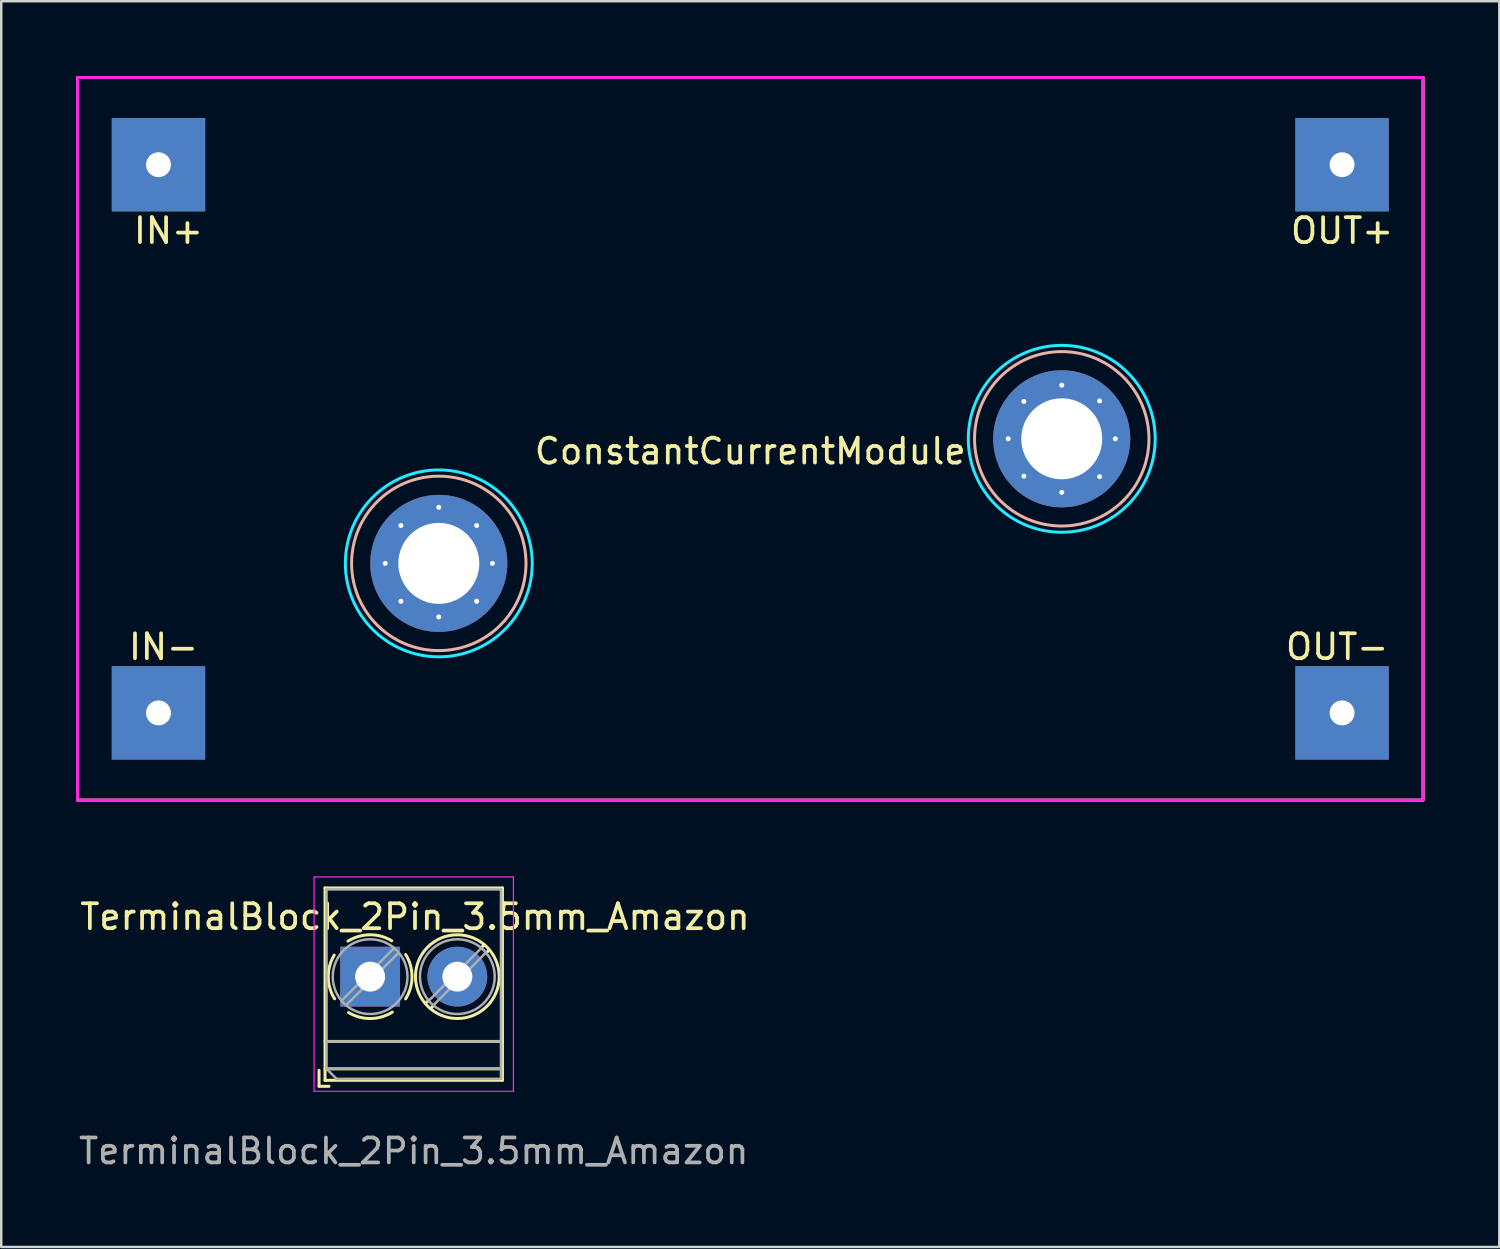
<source format=kicad_pcb>
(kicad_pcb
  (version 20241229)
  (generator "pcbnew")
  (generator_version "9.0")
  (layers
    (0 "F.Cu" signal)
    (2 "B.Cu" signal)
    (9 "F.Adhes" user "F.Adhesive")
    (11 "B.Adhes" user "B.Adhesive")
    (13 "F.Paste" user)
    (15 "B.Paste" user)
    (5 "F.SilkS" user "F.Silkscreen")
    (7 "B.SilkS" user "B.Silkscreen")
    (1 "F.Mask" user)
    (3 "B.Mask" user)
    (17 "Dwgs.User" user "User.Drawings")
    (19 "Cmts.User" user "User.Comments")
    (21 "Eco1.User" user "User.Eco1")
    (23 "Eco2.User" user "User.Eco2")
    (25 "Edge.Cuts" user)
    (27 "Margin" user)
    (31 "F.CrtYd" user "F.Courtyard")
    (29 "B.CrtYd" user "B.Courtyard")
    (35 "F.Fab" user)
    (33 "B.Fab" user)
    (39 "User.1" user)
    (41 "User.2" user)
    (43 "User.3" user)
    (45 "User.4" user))
  (footprint "ConstantCurrentModule"
    (layer "F.Cu")
    (at 27.06 14.56)
    (property "Reference" "ConstantCurrentModule" (at 0 0.5 0) (layer "F.SilkS") (effects (font (size 1 1) (thickness 0.15))))
    (attr through_hole)
    (fp_line (start -27 -14.5) (end 27 -14.5) (stroke (width 0.12) (type solid)) (layer "F.SilkS"))
    (fp_line (start -27 14.5) (end -27 -14.5) (stroke (width 0.12) (type solid)) (layer "F.SilkS"))
    (fp_line (start -27 14.5) (end 27 14.5) (stroke (width 0.12) (type solid)) (layer "F.SilkS"))
    (fp_line (start 27 -14.5) (end 27 14.5) (stroke (width 0.12) (type solid)) (layer "F.SilkS"))
    (fp_circle (center -12.5 5) (end -12.5 1.5) (stroke (width 0.12) (type solid)) (fill no) (layer "B.SilkS"))
    (fp_circle (center 12.5 0) (end 12.5 -3.5) (stroke (width 0.12) (type solid)) (fill no) (layer "B.SilkS"))
    (fp_circle (center -12.5 5) (end -8.75 5) (stroke (width 0.12) (type solid)) (fill no) (layer "B.CrtYd"))
    (fp_circle (center 12.5 0) (end 16.25 0) (stroke (width 0.12) (type solid)) (fill no) (layer "B.CrtYd"))
    (fp_line (start -27 -14.5) (end -27 14.5) (stroke (width 0.12) (type solid)) (layer "F.CrtYd"))
    (fp_line (start -27 14.5) (end 27 14.5) (stroke (width 0.12) (type solid)) (layer "F.CrtYd"))
    (fp_line (start 27 -14.5) (end -27 -14.5) (stroke (width 0.12) (type solid)) (layer "F.CrtYd"))
    (fp_line (start 27 14.5) (end 27 -14.5) (stroke (width 0.12) (type solid)) (layer "F.CrtYd"))
    (fp_text user "OUT-" (at 23.55 8.35 0) (layer "F.SilkS") (effects (font (size 1 1) (thickness 0.15))))
    (fp_text user "IN-" (at -23.55 8.35 0) (layer "F.SilkS") (effects (font (size 1 1) (thickness 0.15))))
    (fp_text user "OUT+" (at 23.75 -8.35 0) (layer "F.SilkS") (effects (font (size 1 1) (thickness 0.15))))
    (fp_text user "IN+" (at -23.35 -8.35 0) (layer "F.SilkS") (effects (font (size 1 1) (thickness 0.15))))
    (pad "" thru_hole circle (at -14.65 5) (size 0.5 0.5) (drill 0.2) (layers "*.Cu"))
    (pad "" thru_hole circle (at -14.02 3.48) (size 0.5 0.5) (drill 0.2) (layers "*.Cu"))
    (pad "" thru_hole circle (at -14.02 6.52) (size 0.5 0.5) (drill 0.2) (layers "*.Cu"))
    (pad "" thru_hole circle (at -12.5 2.75) (size 0.5 0.5) (drill 0.2) (layers "*.Cu"))
    (pad "" thru_hole circle (at -12.5 5) (size 5.5 5.5) (drill 3.25) (layers "*.Cu" "*.Mask"))
    (pad "" thru_hole circle (at -12.5 7.15) (size 0.5 0.5) (drill 0.2) (layers "*.Cu"))
    (pad "" thru_hole circle (at -10.98 3.48) (size 0.5 0.5) (drill 0.2) (layers "*.Cu"))
    (pad "" thru_hole circle (at -10.98 6.52) (size 0.5 0.5) (drill 0.2) (layers "*.Cu"))
    (pad "" thru_hole circle (at -10.35 5) (size 0.5 0.5) (drill 0.2) (layers "*.Cu"))
    (pad "" thru_hole circle (at 10.35 0) (size 0.5 0.5) (drill 0.2) (layers "*.Cu"))
    (pad "" thru_hole circle (at 10.98 -1.5) (size 0.5 0.5) (drill 0.2) (layers "*.Cu"))
    (pad "" thru_hole circle (at 10.98 1.5) (size 0.5 0.5) (drill 0.2) (layers "*.Cu"))
    (pad "" thru_hole circle (at 12.5 -2.15) (size 0.5 0.5) (drill 0.2) (layers "*.Cu"))
    (pad "" thru_hole circle (at 12.5 0) (size 5.5 5.5) (drill 3.25) (layers "*.Cu" "*.Mask"))
    (pad "" thru_hole circle (at 12.5 2.15) (size 0.5 0.5) (drill 0.2) (layers "*.Cu"))
    (pad "" thru_hole circle (at 14.02 -1.52) (size 0.5 0.5) (drill 0.2) (layers "*.Cu"))
    (pad "" thru_hole circle (at 14.02 1.52) (size 0.5 0.5) (drill 0.2) (layers "*.Cu"))
    (pad "" thru_hole circle (at 14.65 0) (size 0.5 0.5) (drill 0.2) (layers "*.Cu"))
    (pad "1" thru_hole rect (at -23.75 -11) (size 3.75 3.75) (drill 1) (layers "*.Cu" "*.Mask"))
    (pad "2" thru_hole rect (at -23.75 11) (size 3.75 3.75) (drill 1) (layers "*.Cu" "*.Mask"))
    (pad "3" thru_hole rect (at 23.75 -11) (size 3.75 3.75) (drill 1) (layers "*.Cu" "*.Mask"))
    (pad "4" thru_hole rect (at 23.75 11) (size 3.75 3.75) (drill 1) (layers "*.Cu" "*.Mask")))
  (footprint "TerminalBlock_2Pin_3.5mm_Amazon"
    (layer "F.Cu")
    (at 11.804 36.145)
    (property "Reference" "TerminalBlock_2Pin_3.5mm_Amazon" (at 1.8 -2.4 0) (layer "F.SilkS") (effects (font (size 1 1) (thickness 0.15))))
    (attr through_hole)
    (fp_line (start -2.05 3.76) (end -2.05 4.4) (stroke (width 0.12) (type solid)) (layer "F.SilkS"))
    (fp_line (start -2.05 4.4) (end -1.65 4.4) (stroke (width 0.12) (type solid)) (layer "F.SilkS"))
    (fp_line (start -1.81 -3.56) (end -1.81 4.16) (stroke (width 0.12) (type solid)) (layer "F.SilkS"))
    (fp_line (start -1.81 -3.56) (end 5.31 -3.56) (stroke (width 0.12) (type solid)) (layer "F.SilkS"))
    (fp_line (start -1.81 2.6) (end 5.31 2.6) (stroke (width 0.12) (type solid)) (layer "F.SilkS"))
    (fp_line (start -1.81 3.7) (end 5.31 3.7) (stroke (width 0.12) (type solid)) (layer "F.SilkS"))
    (fp_line (start -1.81 4.16) (end 5.31 4.16) (stroke (width 0.12) (type solid)) (layer "F.SilkS"))
    (fp_line (start 2.355 0.941) (end 2.226 1.069) (stroke (width 0.12) (type solid)) (layer "F.SilkS"))
    (fp_line (start 2.525 1.181) (end 2.431 1.274) (stroke (width 0.12) (type solid)) (layer "F.SilkS"))
    (fp_line (start 4.57 -1.275) (end 4.476 -1.181) (stroke (width 0.12) (type solid)) (layer "F.SilkS"))
    (fp_line (start 4.775 -1.069) (end 4.646 -0.941) (stroke (width 0.12) (type solid)) (layer "F.SilkS"))
    (fp_line (start 5.31 -3.56) (end 5.31 4.16) (stroke (width 0.12) (type solid)) (layer "F.SilkS"))
    (fp_arc (start -1.425358 0.889894) (mid -1.680286 0.014012) (end -1.44 -0.866) (stroke (width 0.12) (type solid)) (layer "F.SilkS"))
    (fp_arc (start -0.889894 -1.425358) (mid -0.014012 -1.680286) (end 0.866 -1.44) (stroke (width 0.12) (type solid)) (layer "F.SilkS"))
    (fp_arc (start 0.028674 1.680099) (mid -0.435535 1.622918) (end -0.866 1.44) (stroke (width 0.12) (type solid)) (layer "F.SilkS"))
    (fp_arc (start 0.890264 1.424721) (mid 0.463071 1.61492) (end 0 1.68) (stroke (width 0.12) (type solid)) (layer "F.SilkS"))
    (fp_arc (start 1.425504 -0.890193) (mid 1.680626 0.000476) (end 1.425 0.891) (stroke (width 0.12) (type solid)) (layer "F.SilkS"))
    (fp_circle (center 3.5 0) (end 5.18 0) (stroke (width 0.12) (type solid)) (fill no) (layer "F.SilkS"))
    (fp_line (start -2.25 -4) (end -2.25 4.6) (stroke (width 0.05) (type solid)) (layer "F.CrtYd"))
    (fp_line (start -2.25 4.6) (end 5.75 4.6) (stroke (width 0.05) (type solid)) (layer "F.CrtYd"))
    (fp_line (start 5.75 -4) (end -2.25 -4) (stroke (width 0.05) (type solid)) (layer "F.CrtYd"))
    (fp_line (start 5.75 4.6) (end 5.75 -4) (stroke (width 0.05) (type solid)) (layer "F.CrtYd"))
    (fp_line (start -1.75 -3.5) (end 5.25 -3.5) (stroke (width 0.1) (type solid)) (layer "F.Fab"))
    (fp_line (start -1.75 2.6) (end 5.25 2.6) (stroke (width 0.1) (type solid)) (layer "F.Fab"))
    (fp_line (start -1.75 3.7) (end -1.75 -3.5) (stroke (width 0.1) (type solid)) (layer "F.Fab"))
    (fp_line (start -1.75 3.7) (end 5.25 3.7) (stroke (width 0.1) (type solid)) (layer "F.Fab"))
    (fp_line (start -1.35 4.1) (end -1.75 3.7) (stroke (width 0.1) (type solid)) (layer "F.Fab"))
    (fp_line (start 0.955 -1.138) (end -1.138 0.955) (stroke (width 0.1) (type solid)) (layer "F.Fab"))
    (fp_line (start 1.138 -0.955) (end -0.955 1.138) (stroke (width 0.1) (type solid)) (layer "F.Fab"))
    (fp_line (start 4.455 -1.138) (end 2.363 0.955) (stroke (width 0.1) (type solid)) (layer "F.Fab"))
    (fp_line (start 4.638 -0.955) (end 2.546 1.138) (stroke (width 0.1) (type solid)) (layer "F.Fab"))
    (fp_line (start 5.25 -3.5) (end 5.25 4.1) (stroke (width 0.1) (type solid)) (layer "F.Fab"))
    (fp_line (start 5.25 4.1) (end -1.35 4.1) (stroke (width 0.1) (type solid)) (layer "F.Fab"))
    (fp_circle (center 0 0) (end 1.5 0) (stroke (width 0.1) (type solid)) (fill no) (layer "F.Fab"))
    (fp_circle (center 3.5 0) (end 5 0) (stroke (width 0.1) (type solid)) (fill no) (layer "F.Fab"))
    (fp_text user "${REFERENCE}" (at 1.75 7 0) (layer "F.Fab") (effects (font (size 1 1) (thickness 0.15))))
    (pad "1" thru_hole rect (at 0 0) (size 2.4 2.4) (drill 1.2) (layers "*.Cu" "*.Mask"))
    (pad "2" thru_hole circle (at 3.5 0) (size 2.4 2.4) (drill 1.2) (layers "*.Cu" "*.Mask")))
  (gr_rect
    (start -3 -3)
    (end 57.12 46.993)
    (stroke (width 0.1) (type default))
    (fill no)
    (layer "Edge.Cuts")))
</source>
